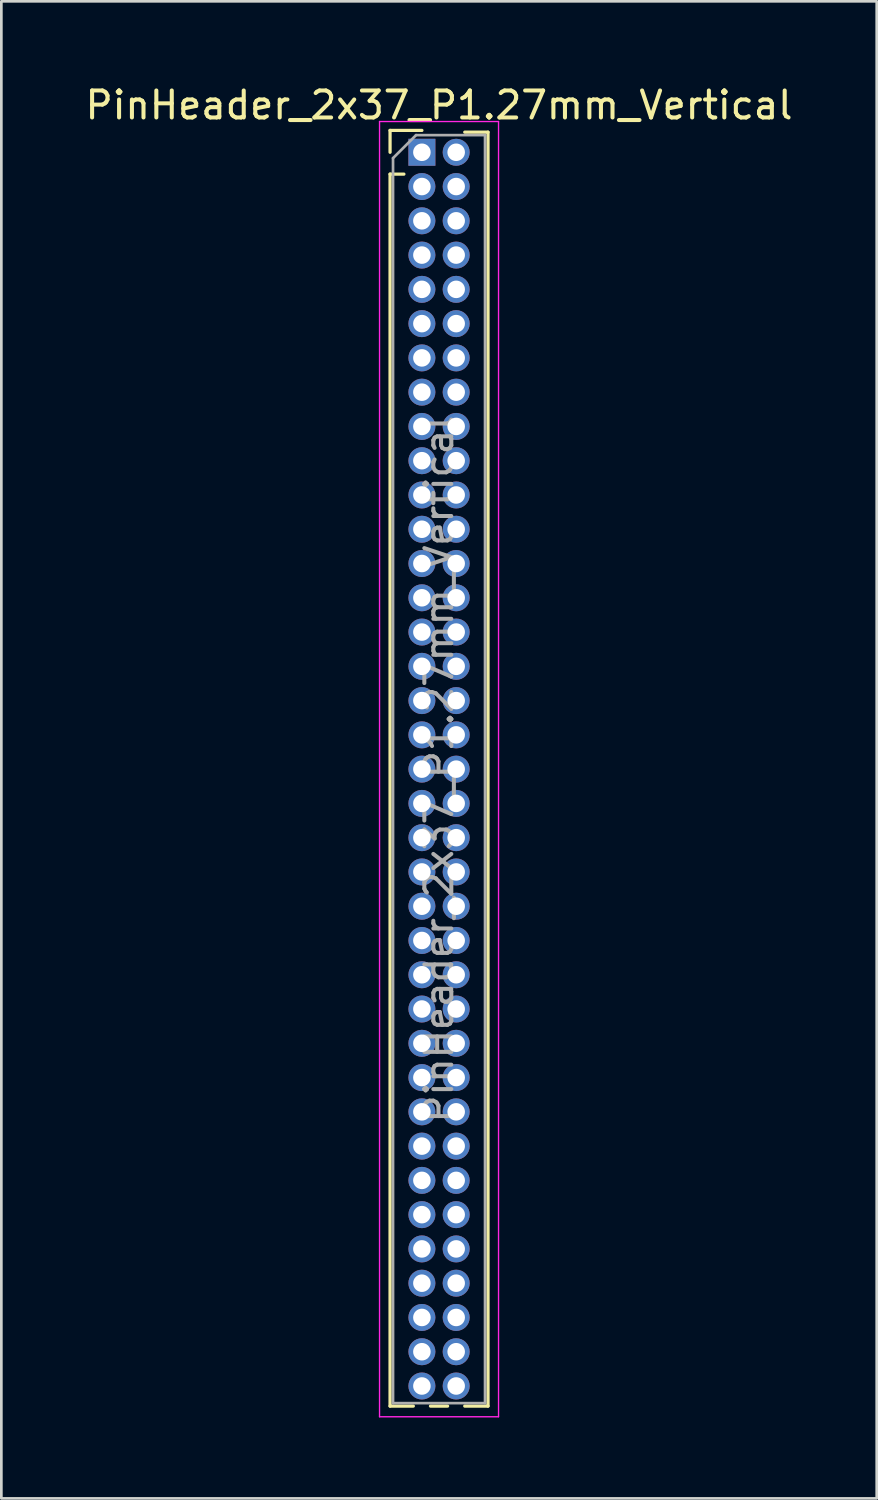
<source format=kicad_pcb>
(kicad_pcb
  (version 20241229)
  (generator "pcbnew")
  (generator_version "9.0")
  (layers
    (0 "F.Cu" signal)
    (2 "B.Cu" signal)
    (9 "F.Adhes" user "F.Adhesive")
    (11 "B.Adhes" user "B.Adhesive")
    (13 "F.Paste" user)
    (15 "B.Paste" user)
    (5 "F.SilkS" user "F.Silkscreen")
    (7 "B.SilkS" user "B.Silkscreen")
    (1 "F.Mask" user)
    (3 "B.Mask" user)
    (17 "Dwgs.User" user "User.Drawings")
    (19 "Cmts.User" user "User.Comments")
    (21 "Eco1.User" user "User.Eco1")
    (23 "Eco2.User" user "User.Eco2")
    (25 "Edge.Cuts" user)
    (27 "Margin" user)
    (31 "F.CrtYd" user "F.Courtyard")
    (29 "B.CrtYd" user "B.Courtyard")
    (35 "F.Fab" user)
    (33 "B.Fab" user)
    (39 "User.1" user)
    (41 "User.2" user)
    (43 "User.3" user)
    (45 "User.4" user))
  (footprint "PinHeader_2x37_P1.27mm_Vertical"
    (layer "F.Cu")
    (at 12.585 2.593)
    (property "Reference" "PinHeader_2x37_P1.27mm_Vertical" (at 0.635 -1.745 0) (layer "F.SilkS") (effects (font (size 1 1) (thickness 0.15))))
    (attr through_hole)
    (fp_line (start -1.18 -0.81) (end 0 -0.81) (stroke (width 0.12) (type solid)) (layer "F.SilkS"))
    (fp_line (start -1.18 0) (end -1.18 -0.81) (stroke (width 0.12) (type solid)) (layer "F.SilkS"))
    (fp_line (start -1.18 0.81) (end -1.18 46.465) (stroke (width 0.12) (type solid)) (layer "F.SilkS"))
    (fp_line (start -1.18 0.81) (end -0.667 0.81) (stroke (width 0.12) (type solid)) (layer "F.SilkS"))
    (fp_line (start -1.18 46.465) (end -0.318 46.465) (stroke (width 0.12) (type solid)) (layer "F.SilkS"))
    (fp_line (start 0.318 46.465) (end 0.952 46.465) (stroke (width 0.12) (type solid)) (layer "F.SilkS"))
    (fp_line (start 1.588 -0.745) (end 2.45 -0.745) (stroke (width 0.12) (type solid)) (layer "F.SilkS"))
    (fp_line (start 1.588 46.465) (end 2.45 46.465) (stroke (width 0.12) (type solid)) (layer "F.SilkS"))
    (fp_line (start 2.45 -0.745) (end 2.45 46.465) (stroke (width 0.12) (type solid)) (layer "F.SilkS"))
    (fp_line (start -1.57 -1.14) (end -1.57 46.86) (stroke (width 0.05) (type solid)) (layer "F.CrtYd"))
    (fp_line (start -1.57 46.86) (end 2.84 46.86) (stroke (width 0.05) (type solid)) (layer "F.CrtYd"))
    (fp_line (start 2.84 -1.14) (end -1.57 -1.14) (stroke (width 0.05) (type solid)) (layer "F.CrtYd"))
    (fp_line (start 2.84 46.86) (end 2.84 -1.14) (stroke (width 0.05) (type solid)) (layer "F.CrtYd"))
    (fp_line (start -1.07 0.217) (end -0.217 -0.635) (stroke (width 0.1) (type solid)) (layer "F.Fab"))
    (fp_line (start -1.07 46.355) (end -1.07 0.217) (stroke (width 0.1) (type solid)) (layer "F.Fab"))
    (fp_line (start -0.217 -0.635) (end 2.34 -0.635) (stroke (width 0.1) (type solid)) (layer "F.Fab"))
    (fp_line (start 2.34 -0.635) (end 2.34 46.355) (stroke (width 0.1) (type solid)) (layer "F.Fab"))
    (fp_line (start 2.34 46.355) (end -1.07 46.355) (stroke (width 0.1) (type solid)) (layer "F.Fab"))
    (fp_text user "${REFERENCE}" (at 0.635 22.86 90) (layer "F.Fab") (effects (font (size 1 1) (thickness 0.15))))
    (pad "1" thru_hole rect (at 0 0) (size 1 1) (drill 0.65) (layers "*.Cu" "*.Mask"))
    (pad "2" thru_hole circle (at 1.27 0) (size 1 1) (drill 0.65) (layers "*.Cu" "*.Mask"))
    (pad "3" thru_hole circle (at 0 1.27) (size 1 1) (drill 0.65) (layers "*.Cu" "*.Mask"))
    (pad "4" thru_hole circle (at 1.27 1.27) (size 1 1) (drill 0.65) (layers "*.Cu" "*.Mask"))
    (pad "5" thru_hole circle (at 0 2.54) (size 1 1) (drill 0.65) (layers "*.Cu" "*.Mask"))
    (pad "6" thru_hole circle (at 1.27 2.54) (size 1 1) (drill 0.65) (layers "*.Cu" "*.Mask"))
    (pad "7" thru_hole circle (at 0 3.81) (size 1 1) (drill 0.65) (layers "*.Cu" "*.Mask"))
    (pad "8" thru_hole circle (at 1.27 3.81) (size 1 1) (drill 0.65) (layers "*.Cu" "*.Mask"))
    (pad "9" thru_hole circle (at 0 5.08) (size 1 1) (drill 0.65) (layers "*.Cu" "*.Mask"))
    (pad "10" thru_hole circle (at 1.27 5.08) (size 1 1) (drill 0.65) (layers "*.Cu" "*.Mask"))
    (pad "11" thru_hole circle (at 0 6.35) (size 1 1) (drill 0.65) (layers "*.Cu" "*.Mask"))
    (pad "12" thru_hole circle (at 1.27 6.35) (size 1 1) (drill 0.65) (layers "*.Cu" "*.Mask"))
    (pad "13" thru_hole circle (at 0 7.62) (size 1 1) (drill 0.65) (layers "*.Cu" "*.Mask"))
    (pad "14" thru_hole circle (at 1.27 7.62) (size 1 1) (drill 0.65) (layers "*.Cu" "*.Mask"))
    (pad "15" thru_hole circle (at 0 8.89) (size 1 1) (drill 0.65) (layers "*.Cu" "*.Mask"))
    (pad "16" thru_hole circle (at 1.27 8.89) (size 1 1) (drill 0.65) (layers "*.Cu" "*.Mask"))
    (pad "17" thru_hole circle (at 0 10.16) (size 1 1) (drill 0.65) (layers "*.Cu" "*.Mask"))
    (pad "18" thru_hole circle (at 1.27 10.16) (size 1 1) (drill 0.65) (layers "*.Cu" "*.Mask"))
    (pad "19" thru_hole circle (at 0 11.43) (size 1 1) (drill 0.65) (layers "*.Cu" "*.Mask"))
    (pad "20" thru_hole circle (at 1.27 11.43) (size 1 1) (drill 0.65) (layers "*.Cu" "*.Mask"))
    (pad "21" thru_hole circle (at 0 12.7) (size 1 1) (drill 0.65) (layers "*.Cu" "*.Mask"))
    (pad "22" thru_hole circle (at 1.27 12.7) (size 1 1) (drill 0.65) (layers "*.Cu" "*.Mask"))
    (pad "23" thru_hole circle (at 0 13.97) (size 1 1) (drill 0.65) (layers "*.Cu" "*.Mask"))
    (pad "24" thru_hole circle (at 1.27 13.97) (size 1 1) (drill 0.65) (layers "*.Cu" "*.Mask"))
    (pad "25" thru_hole circle (at 0 15.24) (size 1 1) (drill 0.65) (layers "*.Cu" "*.Mask"))
    (pad "26" thru_hole circle (at 1.27 15.24) (size 1 1) (drill 0.65) (layers "*.Cu" "*.Mask"))
    (pad "27" thru_hole circle (at 0 16.51) (size 1 1) (drill 0.65) (layers "*.Cu" "*.Mask"))
    (pad "28" thru_hole circle (at 1.27 16.51) (size 1 1) (drill 0.65) (layers "*.Cu" "*.Mask"))
    (pad "29" thru_hole circle (at 0 17.78) (size 1 1) (drill 0.65) (layers "*.Cu" "*.Mask"))
    (pad "30" thru_hole circle (at 1.27 17.78) (size 1 1) (drill 0.65) (layers "*.Cu" "*.Mask"))
    (pad "31" thru_hole circle (at 0 19.05) (size 1 1) (drill 0.65) (layers "*.Cu" "*.Mask"))
    (pad "32" thru_hole circle (at 1.27 19.05) (size 1 1) (drill 0.65) (layers "*.Cu" "*.Mask"))
    (pad "33" thru_hole circle (at 0 20.32) (size 1 1) (drill 0.65) (layers "*.Cu" "*.Mask"))
    (pad "34" thru_hole circle (at 1.27 20.32) (size 1 1) (drill 0.65) (layers "*.Cu" "*.Mask"))
    (pad "35" thru_hole circle (at 0 21.59) (size 1 1) (drill 0.65) (layers "*.Cu" "*.Mask"))
    (pad "36" thru_hole circle (at 1.27 21.59) (size 1 1) (drill 0.65) (layers "*.Cu" "*.Mask"))
    (pad "37" thru_hole circle (at 0 22.86) (size 1 1) (drill 0.65) (layers "*.Cu" "*.Mask"))
    (pad "38" thru_hole circle (at 1.27 22.86) (size 1 1) (drill 0.65) (layers "*.Cu" "*.Mask"))
    (pad "39" thru_hole circle (at 0 24.13) (size 1 1) (drill 0.65) (layers "*.Cu" "*.Mask"))
    (pad "40" thru_hole circle (at 1.27 24.13) (size 1 1) (drill 0.65) (layers "*.Cu" "*.Mask"))
    (pad "41" thru_hole circle (at 0 25.4) (size 1 1) (drill 0.65) (layers "*.Cu" "*.Mask"))
    (pad "42" thru_hole circle (at 1.27 25.4) (size 1 1) (drill 0.65) (layers "*.Cu" "*.Mask"))
    (pad "43" thru_hole circle (at 0 26.67) (size 1 1) (drill 0.65) (layers "*.Cu" "*.Mask"))
    (pad "44" thru_hole circle (at 1.27 26.67) (size 1 1) (drill 0.65) (layers "*.Cu" "*.Mask"))
    (pad "45" thru_hole circle (at 0 27.94) (size 1 1) (drill 0.65) (layers "*.Cu" "*.Mask"))
    (pad "46" thru_hole circle (at 1.27 27.94) (size 1 1) (drill 0.65) (layers "*.Cu" "*.Mask"))
    (pad "47" thru_hole circle (at 0 29.21) (size 1 1) (drill 0.65) (layers "*.Cu" "*.Mask"))
    (pad "48" thru_hole circle (at 1.27 29.21) (size 1 1) (drill 0.65) (layers "*.Cu" "*.Mask"))
    (pad "49" thru_hole circle (at 0 30.48) (size 1 1) (drill 0.65) (layers "*.Cu" "*.Mask"))
    (pad "50" thru_hole circle (at 1.27 30.48) (size 1 1) (drill 0.65) (layers "*.Cu" "*.Mask"))
    (pad "51" thru_hole circle (at 0 31.75) (size 1 1) (drill 0.65) (layers "*.Cu" "*.Mask"))
    (pad "52" thru_hole circle (at 1.27 31.75) (size 1 1) (drill 0.65) (layers "*.Cu" "*.Mask"))
    (pad "53" thru_hole circle (at 0 33.02) (size 1 1) (drill 0.65) (layers "*.Cu" "*.Mask"))
    (pad "54" thru_hole circle (at 1.27 33.02) (size 1 1) (drill 0.65) (layers "*.Cu" "*.Mask"))
    (pad "55" thru_hole circle (at 0 34.29) (size 1 1) (drill 0.65) (layers "*.Cu" "*.Mask"))
    (pad "56" thru_hole circle (at 1.27 34.29) (size 1 1) (drill 0.65) (layers "*.Cu" "*.Mask"))
    (pad "57" thru_hole circle (at 0 35.56) (size 1 1) (drill 0.65) (layers "*.Cu" "*.Mask"))
    (pad "58" thru_hole circle (at 1.27 35.56) (size 1 1) (drill 0.65) (layers "*.Cu" "*.Mask"))
    (pad "59" thru_hole circle (at 0 36.83) (size 1 1) (drill 0.65) (layers "*.Cu" "*.Mask"))
    (pad "60" thru_hole circle (at 1.27 36.83) (size 1 1) (drill 0.65) (layers "*.Cu" "*.Mask"))
    (pad "61" thru_hole circle (at 0 38.1) (size 1 1) (drill 0.65) (layers "*.Cu" "*.Mask"))
    (pad "62" thru_hole circle (at 1.27 38.1) (size 1 1) (drill 0.65) (layers "*.Cu" "*.Mask"))
    (pad "63" thru_hole circle (at 0 39.37) (size 1 1) (drill 0.65) (layers "*.Cu" "*.Mask"))
    (pad "64" thru_hole circle (at 1.27 39.37) (size 1 1) (drill 0.65) (layers "*.Cu" "*.Mask"))
    (pad "65" thru_hole circle (at 0 40.64) (size 1 1) (drill 0.65) (layers "*.Cu" "*.Mask"))
    (pad "66" thru_hole circle (at 1.27 40.64) (size 1 1) (drill 0.65) (layers "*.Cu" "*.Mask"))
    (pad "67" thru_hole circle (at 0 41.91) (size 1 1) (drill 0.65) (layers "*.Cu" "*.Mask"))
    (pad "68" thru_hole circle (at 1.27 41.91) (size 1 1) (drill 0.65) (layers "*.Cu" "*.Mask"))
    (pad "69" thru_hole circle (at 0 43.18) (size 1 1) (drill 0.65) (layers "*.Cu" "*.Mask"))
    (pad "70" thru_hole circle (at 1.27 43.18) (size 1 1) (drill 0.65) (layers "*.Cu" "*.Mask"))
    (pad "71" thru_hole circle (at 0 44.45) (size 1 1) (drill 0.65) (layers "*.Cu" "*.Mask"))
    (pad "72" thru_hole circle (at 1.27 44.45) (size 1 1) (drill 0.65) (layers "*.Cu" "*.Mask"))
    (pad "73" thru_hole circle (at 0 45.72) (size 1 1) (drill 0.65) (layers "*.Cu" "*.Mask"))
    (pad "74" thru_hole circle (at 1.27 45.72) (size 1 1) (drill 0.65) (layers "*.Cu" "*.Mask")))
  (gr_rect
    (start -3 -3)
    (end 29.44 52.478)
    (stroke (width 0.1) (type default))
    (fill no)
    (layer "Edge.Cuts")))
</source>
